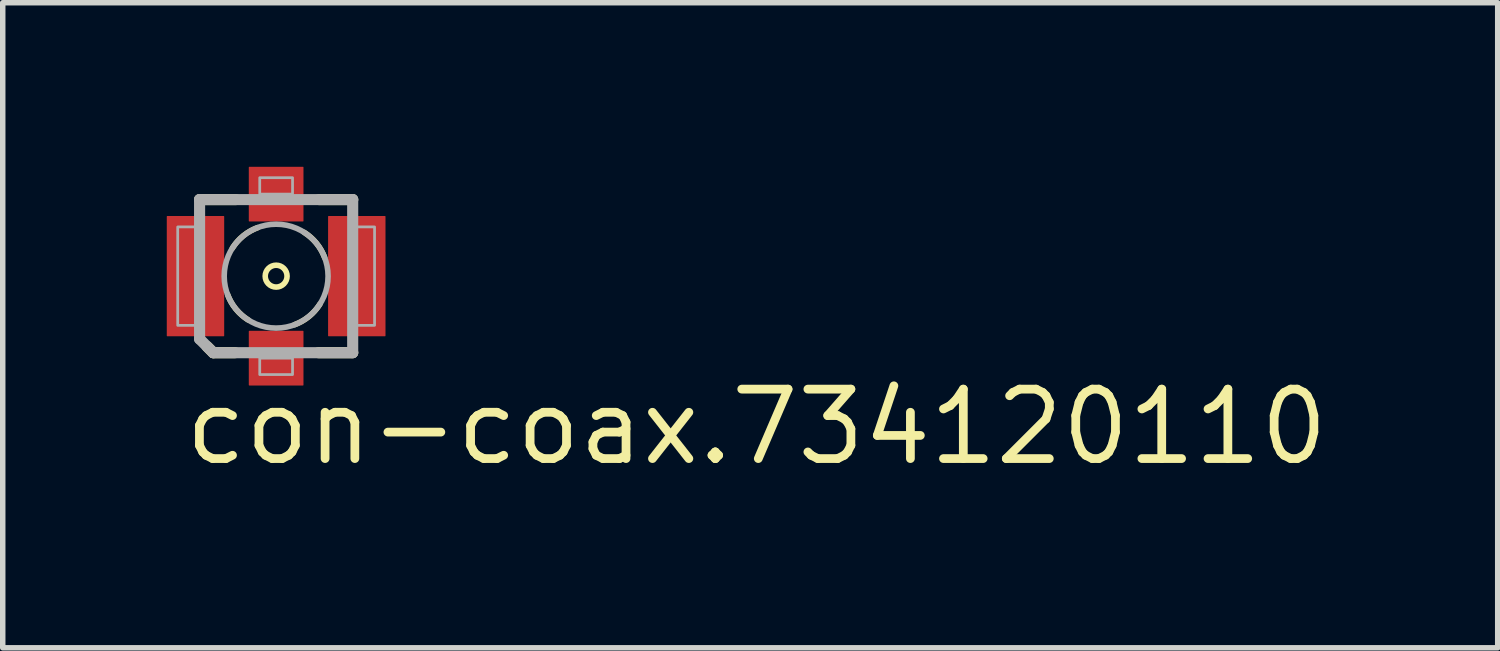
<source format=kicad_pcb>
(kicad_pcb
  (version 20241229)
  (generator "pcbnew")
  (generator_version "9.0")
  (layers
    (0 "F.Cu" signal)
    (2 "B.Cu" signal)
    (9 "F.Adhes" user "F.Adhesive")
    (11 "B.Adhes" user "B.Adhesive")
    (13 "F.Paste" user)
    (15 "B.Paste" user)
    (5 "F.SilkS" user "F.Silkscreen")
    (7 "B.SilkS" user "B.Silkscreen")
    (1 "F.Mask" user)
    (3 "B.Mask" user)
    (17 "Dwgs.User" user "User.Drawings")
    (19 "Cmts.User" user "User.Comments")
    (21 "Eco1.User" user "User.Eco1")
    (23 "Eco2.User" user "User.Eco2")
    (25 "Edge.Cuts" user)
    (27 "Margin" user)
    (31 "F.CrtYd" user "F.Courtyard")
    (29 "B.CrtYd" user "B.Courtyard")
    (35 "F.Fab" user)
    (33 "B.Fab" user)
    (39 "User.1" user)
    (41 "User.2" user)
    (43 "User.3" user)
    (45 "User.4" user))
  (footprint "con-coax.734120110"
    (layer "F.Cu")
    (at 2 2)
    (property "Reference" "con-coax.734120110" (at -1.75 3.5 0) (layer "F.SilkS") (effects (font (size 1.27 1.27) (thickness 0.16)) (justify left bottom)))
    (attr smd)
    (fp_line (start -1.4 -1.4) (end -0.738 -1.4) (stroke (width 0.203) (type default)) (layer "F.SilkS"))
    (fp_line (start -1.15 1.4) (end -1.262 1.288) (stroke (width 0.203) (type default)) (layer "F.SilkS"))
    (fp_line (start -0.75 1.4) (end -1.15 1.4) (stroke (width 0.203) (type default)) (layer "F.SilkS"))
    (fp_line (start 0.787 -1.4) (end 1.4 -1.4) (stroke (width 0.203) (type default)) (layer "F.SilkS"))
    (fp_line (start 1.4 1.4) (end 0.775 1.4) (stroke (width 0.203) (type default)) (layer "F.SilkS"))
    (fp_arc (start -0.8 -0.5125) (mid -0.600042 -0.738593) (end -0.3375 -0.8875) (stroke (width 0.1016) (type default)) (layer "F.SilkS"))
    (fp_arc (start -0.5125 0.8) (mid -0.738593 0.600042) (end -0.8875 0.3375) (stroke (width 0.1016) (type default)) (layer "F.SilkS"))
    (fp_arc (start 0.5125 -0.8) (mid 0.738593 -0.600042) (end 0.8875 -0.3375) (stroke (width 0.1016) (type default)) (layer "F.SilkS"))
    (fp_arc (start 0.8 0.5125) (mid 0.600042 0.738593) (end 0.3375 0.8875) (stroke (width 0.1016) (type default)) (layer "F.SilkS"))
    (fp_circle (center 0 0) (end 0.2 0) (stroke (width 0.102) (type default)) (fill no) (layer "F.SilkS"))
    (fp_line (start -1.4 -1.4) (end 1.4 -1.4) (stroke (width 0.203) (type default)) (layer "F.Fab"))
    (fp_line (start -1.4 1.15) (end -1.4 -1.4) (stroke (width 0.203) (type default)) (layer "F.Fab"))
    (fp_line (start -1.15 1.4) (end -1.4 1.15) (stroke (width 0.203) (type default)) (layer "F.Fab"))
    (fp_line (start 1.4 -1.4) (end 1.4 1.4) (stroke (width 0.203) (type default)) (layer "F.Fab"))
    (fp_line (start 1.4 1.4) (end -1.15 1.4) (stroke (width 0.203) (type default)) (layer "F.Fab"))
    (fp_rect (start -1.8 0.9) (end -1.35 -0.9) (stroke (width 0.05) (type default)) (fill no) (layer "F.Fab"))
    (fp_rect (start -0.3 -1.5) (end 0.3 -1.8) (stroke (width 0.05) (type default)) (fill no) (layer "F.Fab"))
    (fp_rect (start -0.3 1.8) (end 0.3 1.5) (stroke (width 0.05) (type default)) (fill no) (layer "F.Fab"))
    (fp_rect (start 1.35 0.9) (end 1.8 -0.9) (stroke (width 0.05) (type default)) (fill no) (layer "F.Fab"))
    (fp_circle (center 0 0) (end 0.95 0) (stroke (width 0.102) (type default)) (fill no) (layer "F.Fab"))
    (pad "1" smd roundrect (at 0 1.5) (size 1 1) (layers "F.Cu" "F.Mask" "F.Paste") (roundrect_rratio 0.01))
    (pad "S@1" smd roundrect (at 0 -1.5) (size 1 1) (layers "F.Cu" "F.Mask" "F.Paste") (roundrect_rratio 0.01))
    (pad "S@2" smd roundrect (at -1.475 0) (size 1.05 2.2) (layers "F.Cu" "F.Mask" "F.Paste") (roundrect_rratio 0.01))
    (pad "S@3" smd roundrect (at 1.475 0) (size 1.05 2.2) (layers "F.Cu" "F.Mask" "F.Paste") (roundrect_rratio 0.01)))
  (gr_rect
    (start -3 -3)
    (end 24.34 8.797)
    (stroke (width 0.1) (type default))
    (fill no)
    (layer "Edge.Cuts")))
</source>
